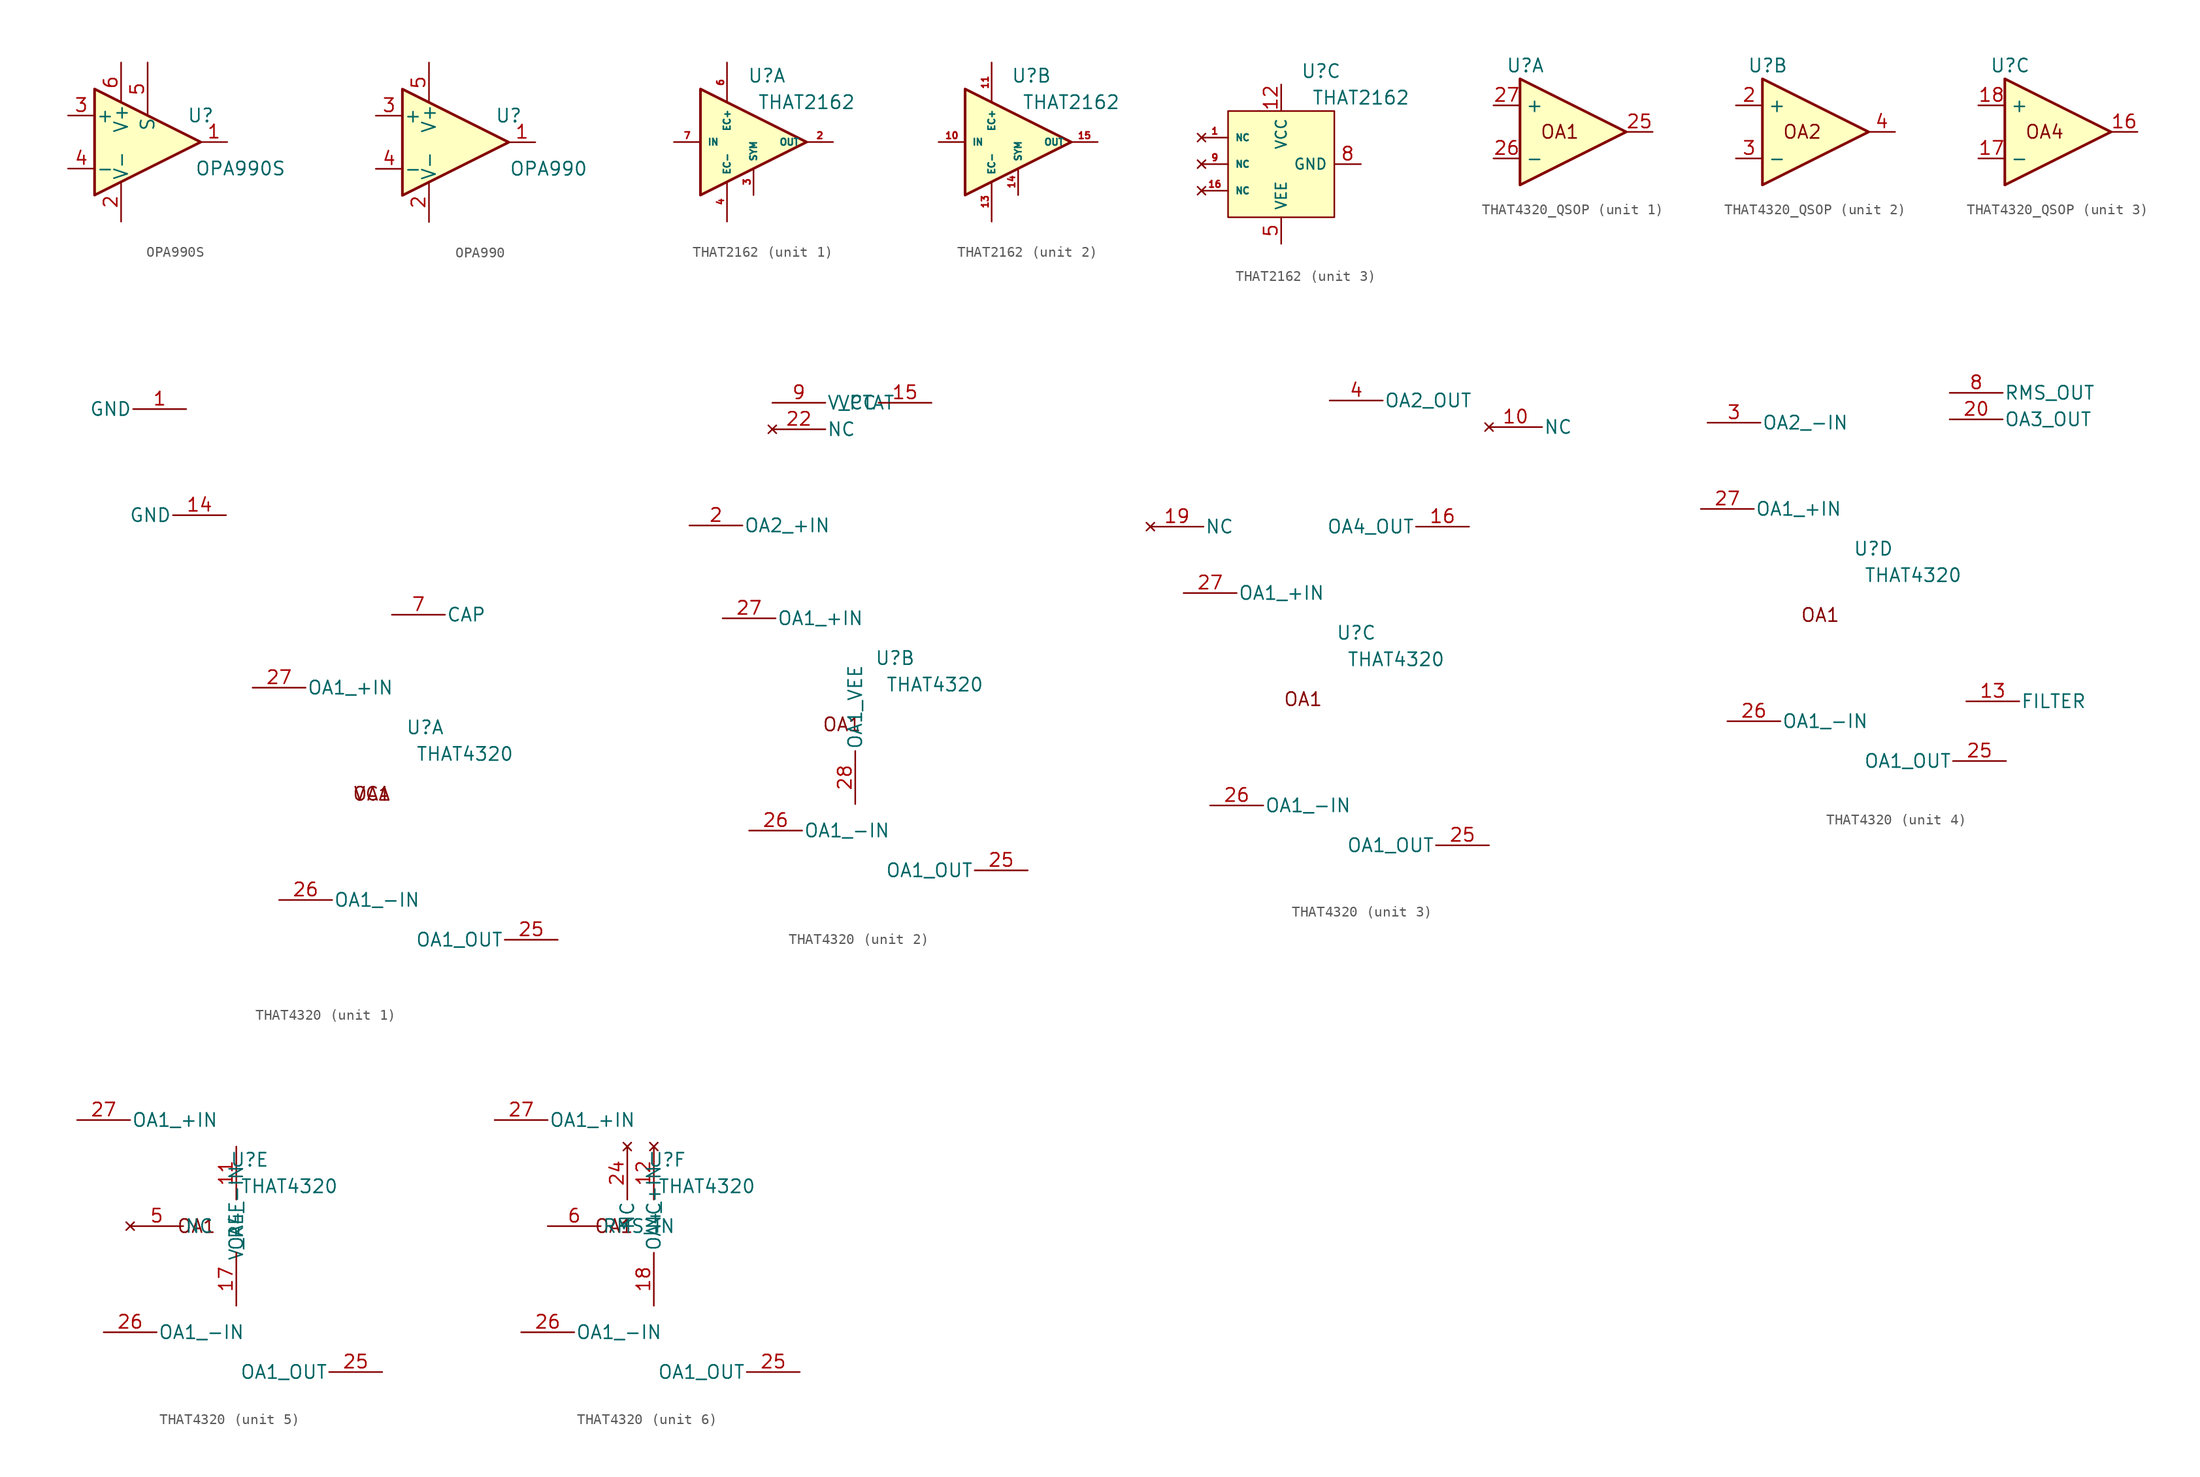
<source format=kicad_sym>
(kicad_symbol_lib
  (version 20241209)
  (generator "kicad_symbol_editor")
  (generator_version "9.0")
  (symbol "OPA990S"
    (pin_names
      (offset 0.127))
    (property "Reference" "U"
      (at 12.7 5.08 0)
      (effects (font (size 1.27 1.27))))
    (property "Value" "OPA990S"
      (at 16.51 0 0)
      (effects (font (size 1.27 1.27))))
    (symbol "OPA990S_0_1"
      (polyline (pts (xy 2.54 7.62) (xy 2.54 -2.54) (xy 12.7 2.54) (xy 2.54 7.62)) (stroke (width 0.254) (type default)) (fill (type background))))
    (symbol "OPA990S_1_1"
      (pin input line (at 0 5.08 0) (length 2.54) (name "+" (effects (font (size 1.27 1.27)))) (number "3" (effects (font (size 1.27 1.27)))))
      (pin input line (at 0 0 0) (length 2.54) (name "-" (effects (font (size 1.27 1.27)))) (number "4" (effects (font (size 1.27 1.27)))))
      (pin power_in line (at 5.08 10.16 270) (length 3.81) (name "V+" (effects (font (size 1.27 1.27)))) (number "6" (effects (font (size 1.27 1.27)))))
      (pin power_in line (at 5.08 -5.08 90) (length 3.81) (name "V-" (effects (font (size 1.27 1.27)))) (number "2" (effects (font (size 1.27 1.27)))))
      (pin input line (at 7.62 10.16 270) (length 5.08) (name "S" (effects (font (size 1.27 1.27)))) (number "5" (effects (font (size 1.27 1.27)))))
      (pin output line (at 15.24 2.54 180) (length 2.54) (name "~" (effects (font (size 1.27 1.27)))) (number "1" (effects (font (size 1.27 1.27)))))))
  (symbol "OPA990"
    (pin_names
      (offset 0.127))
    (property "Reference" "U"
      (at 12.7 5.08 0)
      (effects (font (size 1.27 1.27))))
    (property "Value" "OPA990"
      (at 16.51 0 0)
      (effects (font (size 1.27 1.27))))
    (symbol "OPA990_0_1"
      (polyline (pts (xy 2.54 7.62) (xy 2.54 -2.54) (xy 12.7 2.54) (xy 2.54 7.62)) (stroke (width 0.254) (type default)) (fill (type background))))
    (symbol "OPA990_1_1"
      (pin input line (at 0 5.08 0) (length 2.54) (name "+" (effects (font (size 1.27 1.27)))) (number "3" (effects (font (size 1.27 1.27)))))
      (pin input line (at 0 0 0) (length 2.54) (name "-" (effects (font (size 1.27 1.27)))) (number "4" (effects (font (size 1.27 1.27)))))
      (pin power_in line (at 5.08 10.16 270) (length 3.81) (name "V+" (effects (font (size 1.27 1.27)))) (number "5" (effects (font (size 1.27 1.27)))))
      (pin power_in line (at 5.08 -5.08 90) (length 3.81) (name "V-" (effects (font (size 1.27 1.27)))) (number "2" (effects (font (size 1.27 1.27)))))
      (pin output line (at 15.24 2.54 180) (length 2.54) (name "~" (effects (font (size 1.27 1.27)))) (number "1" (effects (font (size 1.27 1.27)))))))
  (symbol "THAT2162"
    (pin_names
      (offset 0.635))
    (property "Reference" "U"
      (at 1.27 6.35 0)
      (effects (font (size 1.27 1.27))))
    (property "Value" "THAT2162"
      (at 5.08 3.81 0)
      (effects (font (size 1.27 1.27))))
    (property "ki_locked" ""
      (at 0 0 0)
      (effects (font (size 1.27 1.27))))
    (symbol "THAT2162_1_1"
      (polyline (pts (xy -5.08 5.08) (xy 5.08 0) (xy -5.08 -5.08) (xy -5.08 5.08)) (stroke (width 0.254) (type default)) (fill (type background)))
      (pin input line (at -7.62 0 0) (length 2.54) (name "IN" (effects (font (size 0.635 0.635)))) (number "7" (effects (font (size 0.635 0.635)))))
      (pin input line (at -2.54 7.62 270) (length 3.81) (name "EC+" (effects (font (size 0.635 0.635)))) (number "6" (effects (font (size 0.635 0.635)))))
      (pin input line (at -2.54 -7.62 90) (length 3.81) (name "EC-" (effects (font (size 0.635 0.635)))) (number "4" (effects (font (size 0.635 0.635)))))
      (pin input line (at 0 -5.08 90) (length 2.54) (name "SYM" (effects (font (size 0.635 0.635)))) (number "3" (effects (font (size 0.635 0.635)))))
      (pin output line (at 7.62 0 180) (length 2.54) (name "OUT" (effects (font (size 0.635 0.635)))) (number "2" (effects (font (size 0.635 0.635))))))
    (symbol "THAT2162_2_1"
      (polyline (pts (xy -5.08 5.08) (xy 5.08 0) (xy -5.08 -5.08) (xy -5.08 5.08)) (stroke (width 0.254) (type default)) (fill (type background)))
      (pin input line (at -7.62 0 0) (length 2.54) (name "IN" (effects (font (size 0.635 0.635)))) (number "10" (effects (font (size 0.635 0.635)))))
      (pin input line (at -2.54 7.62 270) (length 3.81) (name "EC+" (effects (font (size 0.635 0.635)))) (number "11" (effects (font (size 0.635 0.635)))))
      (pin input line (at -2.54 -7.62 90) (length 3.81) (name "EC-" (effects (font (size 0.635 0.635)))) (number "13" (effects (font (size 0.635 0.635)))))
      (pin input line (at 0 -5.08 90) (length 2.54) (name "SYM" (effects (font (size 0.635 0.635)))) (number "14" (effects (font (size 0.635 0.635)))))
      (pin output line (at 7.62 0 180) (length 2.54) (name "OUT" (effects (font (size 0.635 0.635)))) (number "15" (effects (font (size 0.635 0.635))))))
    (symbol "THAT2162_3_0"
      (pin no_connect line (at -10.16 0 0) (length 2.54) (name "NC" (effects (font (size 0.635 0.635)))) (number "1" (effects (font (size 0.635 0.635)))))
      (pin no_connect line (at -10.16 -2.54 0) (length 2.54) (name "NC" (effects (font (size 0.635 0.635)))) (number "9" (effects (font (size 0.635 0.635)))))
      (pin no_connect line (at -10.16 -5.08 0) (length 2.54) (name "NC" (effects (font (size 0.635 0.635)))) (number "16" (effects (font (size 0.635 0.635)))))
      (pin power_in line (at -2.54 5.08 270) (length 2.54) (name "VCC" (effects (font (size 1.016 1.016)))) (number "12" (effects (font (size 1.27 1.27)))))
      (pin power_in line (at -2.54 -10.16 90) (length 2.54) (name "VEE" (effects (font (size 1.016 1.016)))) (number "5" (effects (font (size 1.27 1.27)))))
      (pin power_in line (at 5.08 -2.54 180) (length 2.54) (name "GND" (effects (font (size 1.016 1.016)))) (number "8" (effects (font (size 1.27 1.27))))))
    (symbol "THAT2162_3_1"
      (rectangle (start -7.62 2.54) (end 2.54 -7.62) (stroke (width 0) (type default)) (fill (type background)))))
  (symbol "THAT4320_QSOP"
    (property "Reference" "U"
      (at -4.572 6.35 0)
      (effects (font (size 1.27 1.27))))
    (property "Value" ""
      (at -6.35 0 0)
      (effects (font (size 1.27 1.27))))
    (property "ki_locked" ""
      (at 0 0 0)
      (effects (font (size 1.27 1.27))))
    (symbol "THAT4320_QSOP_1_1"
      (polyline (pts (xy -5.08 5.08) (xy 5.08 0) (xy -5.08 -5.08) (xy -5.08 5.08)) (stroke (width 0.254) (type default)) (fill (type background)))
      (text "OA1" (at -1.27 0 0) (effects (font (size 1.27 1.27))))
      (pin passive line (at -7.62 2.54 0) (length 2.54) (name "+" (effects (font (size 1.27 1.27)))) (number "27" (effects (font (size 1.27 1.27)))))
      (pin passive line (at -7.62 -2.54 0) (length 2.54) (name "-" (effects (font (size 1.27 1.27)))) (number "26" (effects (font (size 1.27 1.27)))))
      (pin passive line (at 7.62 0 180) (length 2.54) (name "" (effects (font (size 1.27 1.27)))) (number "25" (effects (font (size 1.27 1.27))))))
    (symbol "THAT4320_QSOP_2_1"
      (polyline (pts (xy -5.08 5.08) (xy 5.08 0) (xy -5.08 -5.08) (xy -5.08 5.08)) (stroke (width 0.254) (type default)) (fill (type background)))
      (text "OA2" (at -1.27 0 0) (effects (font (size 1.27 1.27))))
      (pin passive line (at -7.62 2.54 0) (length 2.54) (name "+" (effects (font (size 1.27 1.27)))) (number "2" (effects (font (size 1.27 1.27)))))
      (pin passive line (at -7.62 -2.54 0) (length 2.54) (name "-" (effects (font (size 1.27 1.27)))) (number "3" (effects (font (size 1.27 1.27)))))
      (pin passive line (at 7.62 0 180) (length 2.54) (name "" (effects (font (size 1.27 1.27)))) (number "4" (effects (font (size 1.27 1.27))))))
    (symbol "THAT4320_QSOP_3_1"
      (polyline (pts (xy -5.08 5.08) (xy 5.08 0) (xy -5.08 -5.08) (xy -5.08 5.08)) (stroke (width 0.254) (type default)) (fill (type background)))
      (text "OA4" (at -1.27 0 0) (effects (font (size 1.27 1.27))))
      (pin passive line (at -7.62 2.54 0) (length 2.54) (name "+" (effects (font (size 1.27 1.27)))) (number "18" (effects (font (size 1.27 1.27)))))
      (pin passive line (at -7.62 -2.54 0) (length 2.54) (name "-" (effects (font (size 1.27 1.27)))) (number "17" (effects (font (size 1.27 1.27)))))
      (pin passive line (at 7.62 0 180) (length 2.54) (name "" (effects (font (size 1.27 1.27)))) (number "16" (effects (font (size 1.27 1.27)))))))
  (symbol "THAT4320"
    (pin_names
      (offset 0.127))
    (property "Reference" "U"
      (at 3.81 6.35 0)
      (effects (font (size 1.27 1.27))))
    (property "Value" "THAT4320"
      (at 7.62 3.81 0)
      (effects (font (size 1.27 1.27))))
    (property "ki_locked" ""
      (at 0 0 0)
      (effects (font (size 1.27 1.27))))
    (symbol "THAT4320_0_0"
      (text "OA1" (at -1.27 0 0) (effects (font (size 1.27 1.27))))
      (pin input line (at -12.7 10.16 0) (length 5.08) (name "OA1_+IN" (effects (font (size 1.27 1.27)))) (number "27" (effects (font (size 1.27 1.27)))))
      (pin input line (at -10.16 -10.16 0) (length 5.08) (name "OA1_-IN" (effects (font (size 1.27 1.27)))) (number "26" (effects (font (size 1.27 1.27)))))
      (pin output line (at 16.51 -13.97 180) (length 5.08) (name "OA1_OUT" (effects (font (size 1.27 1.27)))) (number "25" (effects (font (size 1.27 1.27))))))
    (symbol "THAT4320_1_0"
      (text "VCA" (at -1.27 0 0) (effects (font (size 1.27 1.27)))))
    (symbol "THAT4320_1_1"
      (pin power_in line (at -19.05 36.83 180) (length 5.08) (name "GND" (effects (font (size 1.27 1.27)))) (number "1" (effects (font (size 1.27 1.27)))))
      (pin power_in line (at -15.24 26.67 180) (length 5.08) (name "GND" (effects (font (size 1.27 1.27)))) (number "14" (effects (font (size 1.27 1.27)))))
      (pin output line (at 0.635 17.145 0) (length 5.08) (name "CAP" (effects (font (size 1.27 1.27)))) (number "7" (effects (font (size 1.27 1.27))))))
    (symbol "THAT4320_2_1"
      (pin input line (at -15.875 19.05 0) (length 5.08) (name "OA2_+IN" (effects (font (size 1.27 1.27)))) (number "2" (effects (font (size 1.27 1.27)))))
      (pin power_out line (at -7.938 30.797 0) (length 5.08) (name "V_PTAT" (effects (font (size 1.27 1.27)))) (number "9" (effects (font (size 1.27 1.27)))))
      (pin no_connect line (at -7.938 28.258 0) (length 5.08) (name "NC" (effects (font (size 1.27 1.27)))) (number "22" (effects (font (size 1.27 1.27)))))
      (pin power_in line (at 0 -7.62 90) (length 5.08) (name "OA1_VEE" (effects (font (size 1.27 1.27)))) (number "28" (effects (font (size 1.27 1.27)))))
      (pin power_in line (at 7.303 30.797 180) (length 5.08) (name "VCC" (effects (font (size 1.27 1.27)))) (number "15" (effects (font (size 1.27 1.27))))))
    (symbol "THAT4320_3_1"
      (pin no_connect line (at -15.875 16.51 0) (length 5.08) (name "NC" (effects (font (size 1.27 1.27)))) (number "19" (effects (font (size 1.27 1.27)))))
      (pin output line (at 1.27 28.575 0) (length 5.08) (name "OA2_OUT" (effects (font (size 1.27 1.27)))) (number "4" (effects (font (size 1.27 1.27)))))
      (pin output line (at 14.605 16.51 180) (length 5.08) (name "OA4_OUT" (effects (font (size 1.27 1.27)))) (number "16" (effects (font (size 1.27 1.27)))))
      (pin no_connect line (at 16.51 26.035 0) (length 5.08) (name "NC" (effects (font (size 1.27 1.27)))) (number "10" (effects (font (size 1.27 1.27))))))
    (symbol "THAT4320_4_1"
      (pin input line (at -12.065 18.415 0) (length 5.08) (name "OA2_-IN" (effects (font (size 1.27 1.27)))) (number "3" (effects (font (size 1.27 1.27)))))
      (pin output line (at 11.113 21.273 0) (length 5.08) (name "RMS_OUT" (effects (font (size 1.27 1.27)))) (number "8" (effects (font (size 1.27 1.27)))))
      (pin output line (at 11.113 18.733 0) (length 5.08) (name "OA3_OUT" (effects (font (size 1.27 1.27)))) (number "20" (effects (font (size 1.27 1.27)))))
      (pin output line (at 12.7 -8.255 0) (length 5.08) (name "FILTER" (effects (font (size 1.27 1.27)))) (number "13" (effects (font (size 1.27 1.27))))))
    (symbol "THAT4320_5_1"
      (pin no_connect line (at -7.62 0 0) (length 5.08) (name "NC" (effects (font (size 1.27 1.27)))) (number "5" (effects (font (size 1.27 1.27)))))
      (pin power_out line (at 2.54 7.62 270) (length 5.08) (name "V_REF" (effects (font (size 1.27 1.27)))) (number "11" (effects (font (size 1.27 1.27)))))
      (pin input line (at 2.54 -7.62 90) (length 5.08) (name "OA4_-IN" (effects (font (size 1.27 1.27)))) (number "17" (effects (font (size 1.27 1.27))))))
    (symbol "THAT4320_6_1"
      (pin input line (at -7.62 0 0) (length 5.08) (name "RMS_IN" (effects (font (size 1.27 1.27)))) (number "6" (effects (font (size 1.27 1.27)))))
      (pin no_connect line (at 0 7.62 270) (length 5.08) (name "NC" (effects (font (size 1.27 1.27)))) (number "24" (effects (font (size 1.27 1.27)))))
      (pin no_connect line (at 2.54 7.62 270) (length 5.08) (name "NC" (effects (font (size 1.27 1.27)))) (number "12" (effects (font (size 1.27 1.27)))))
      (pin input line (at 2.54 -7.62 90) (length 5.08) (name "OA4_+IN" (effects (font (size 1.27 1.27)))) (number "18" (effects (font (size 1.27 1.27))))))))
</source>
